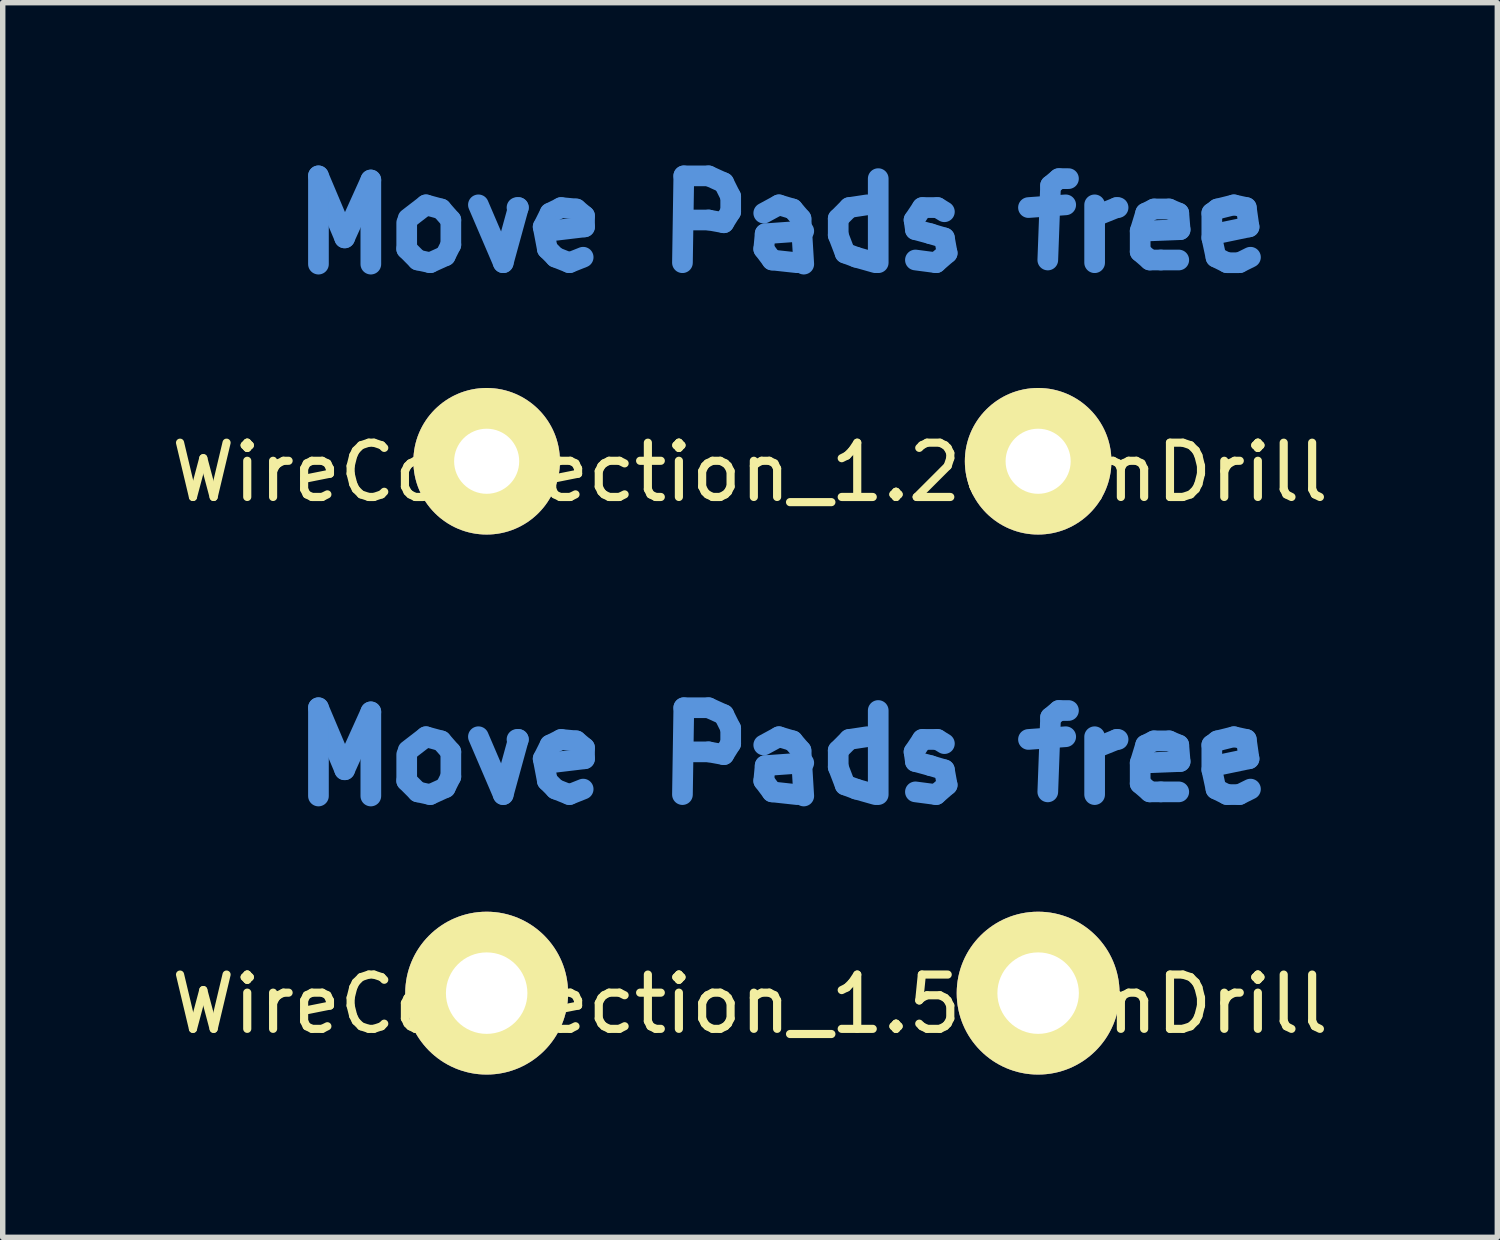
<source format=kicad_pcb>
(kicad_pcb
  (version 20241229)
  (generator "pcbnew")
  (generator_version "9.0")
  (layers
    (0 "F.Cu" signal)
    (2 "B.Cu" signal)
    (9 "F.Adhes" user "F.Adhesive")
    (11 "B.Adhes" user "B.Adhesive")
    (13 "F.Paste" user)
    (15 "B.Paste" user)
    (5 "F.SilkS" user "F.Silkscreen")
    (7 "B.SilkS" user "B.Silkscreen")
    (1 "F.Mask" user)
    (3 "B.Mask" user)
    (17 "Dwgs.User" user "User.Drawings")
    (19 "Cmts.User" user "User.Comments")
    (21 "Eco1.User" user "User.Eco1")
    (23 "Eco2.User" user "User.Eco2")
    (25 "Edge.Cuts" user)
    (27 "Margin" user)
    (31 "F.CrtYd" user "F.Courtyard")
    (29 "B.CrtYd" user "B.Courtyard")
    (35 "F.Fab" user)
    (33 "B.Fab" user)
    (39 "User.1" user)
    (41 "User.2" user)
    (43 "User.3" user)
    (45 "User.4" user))
  (footprint "WireConnection_1.50mmDrill"
    (layer "F.Cu")
    (at 5.916 15.247)
    (property "Reference" "WireConnection_1.50mmDrill" (at 4.851 0.203 0) (layer "F.SilkS") (effects (font (size 1 1) (thickness 0.15))))
    (attr through_hole)
    (fp_line (start -3.099 -5.258) (end -2.616 -4.115) (stroke (width 0.381) (type solid)) (layer "Cmts.User"))
    (fp_line (start -3.099 -3.632) (end -3.099 -5.258) (stroke (width 0.381) (type solid)) (layer "Cmts.User"))
    (fp_line (start -2.616 -4.115) (end -2.134 -5.182) (stroke (width 0.381) (type solid)) (layer "Cmts.User"))
    (fp_line (start -2.134 -5.182) (end -2.134 -3.632) (stroke (width 0.381) (type solid)) (layer "Cmts.User"))
    (fp_line (start -1.473 -4.394) (end -1.473 -3.912) (stroke (width 0.381) (type solid)) (layer "Cmts.User"))
    (fp_line (start -1.473 -3.912) (end -1.27 -3.708) (stroke (width 0.381) (type solid)) (layer "Cmts.User"))
    (fp_line (start -1.27 -3.708) (end -1.041 -3.658) (stroke (width 0.381) (type solid)) (layer "Cmts.User"))
    (fp_line (start -1.118 -4.724) (end -1.448 -4.47) (stroke (width 0.381) (type solid)) (layer "Cmts.User"))
    (fp_line (start -1.041 -3.658) (end -0.762 -3.785) (stroke (width 0.381) (type solid)) (layer "Cmts.User"))
    (fp_line (start -0.838 -4.648) (end -1.118 -4.724) (stroke (width 0.381) (type solid)) (layer "Cmts.User"))
    (fp_line (start -0.762 -3.785) (end -0.66 -3.988) (stroke (width 0.381) (type solid)) (layer "Cmts.User"))
    (fp_line (start -0.66 -4.445) (end -0.838 -4.648) (stroke (width 0.381) (type solid)) (layer "Cmts.User"))
    (fp_line (start -0.66 -3.988) (end -0.66 -4.445) (stroke (width 0.381) (type solid)) (layer "Cmts.User"))
    (fp_line (start -0.152 -4.724) (end 0.305 -3.658) (stroke (width 0.381) (type solid)) (layer "Cmts.User"))
    (fp_line (start 0.305 -3.658) (end 0.584 -4.674) (stroke (width 0.381) (type solid)) (layer "Cmts.User"))
    (fp_line (start 0.584 -4.674) (end 0.559 -4.674) (stroke (width 0.381) (type solid)) (layer "Cmts.User"))
    (fp_line (start 1.041 -4.318) (end 1.168 -4.572) (stroke (width 0.381) (type solid)) (layer "Cmts.User"))
    (fp_line (start 1.118 -3.912) (end 1.041 -4.318) (stroke (width 0.381) (type solid)) (layer "Cmts.User"))
    (fp_line (start 1.168 -4.572) (end 1.372 -4.674) (stroke (width 0.381) (type solid)) (layer "Cmts.User"))
    (fp_line (start 1.27 -3.759) (end 1.118 -3.912) (stroke (width 0.381) (type solid)) (layer "Cmts.User"))
    (fp_line (start 1.372 -4.674) (end 1.651 -4.648) (stroke (width 0.381) (type solid)) (layer "Cmts.User"))
    (fp_line (start 1.524 -3.658) (end 1.27 -3.759) (stroke (width 0.381) (type solid)) (layer "Cmts.User"))
    (fp_line (start 1.651 -4.648) (end 1.803 -4.521) (stroke (width 0.381) (type solid)) (layer "Cmts.User"))
    (fp_line (start 1.778 -3.759) (end 1.524 -3.658) (stroke (width 0.381) (type solid)) (layer "Cmts.User"))
    (fp_line (start 1.803 -4.521) (end 1.803 -4.318) (stroke (width 0.381) (type solid)) (layer "Cmts.User"))
    (fp_line (start 1.803 -4.318) (end 1.168 -4.242) (stroke (width 0.381) (type solid)) (layer "Cmts.User"))
    (fp_line (start 3.607 -3.658) (end 3.632 -5.258) (stroke (width 0.381) (type solid)) (layer "Cmts.User"))
    (fp_line (start 3.632 -5.258) (end 4.089 -5.258) (stroke (width 0.381) (type solid)) (layer "Cmts.User"))
    (fp_line (start 4.089 -5.258) (end 4.369 -5.131) (stroke (width 0.381) (type solid)) (layer "Cmts.User"))
    (fp_line (start 4.089 -4.445) (end 3.632 -4.445) (stroke (width 0.381) (type solid)) (layer "Cmts.User"))
    (fp_line (start 4.369 -5.131) (end 4.496 -4.877) (stroke (width 0.381) (type solid)) (layer "Cmts.User"))
    (fp_line (start 4.369 -4.394) (end 4.089 -4.445) (stroke (width 0.381) (type solid)) (layer "Cmts.User"))
    (fp_line (start 4.496 -4.877) (end 4.496 -4.597) (stroke (width 0.381) (type solid)) (layer "Cmts.User"))
    (fp_line (start 4.496 -4.597) (end 4.369 -4.394) (stroke (width 0.381) (type solid)) (layer "Cmts.User"))
    (fp_line (start 5.105 -4.572) (end 5.385 -4.724) (stroke (width 0.381) (type solid)) (layer "Cmts.User"))
    (fp_line (start 5.105 -3.912) (end 5.131 -4.191) (stroke (width 0.381) (type solid)) (layer "Cmts.User"))
    (fp_line (start 5.131 -4.191) (end 5.842 -4.242) (stroke (width 0.381) (type solid)) (layer "Cmts.User"))
    (fp_line (start 5.258 -3.708) (end 5.105 -3.912) (stroke (width 0.381) (type solid)) (layer "Cmts.User"))
    (fp_line (start 5.385 -4.724) (end 5.639 -4.648) (stroke (width 0.381) (type solid)) (layer "Cmts.User"))
    (fp_line (start 5.639 -4.648) (end 5.791 -4.47) (stroke (width 0.381) (type solid)) (layer "Cmts.User"))
    (fp_line (start 5.715 -3.658) (end 5.258 -3.708) (stroke (width 0.381) (type solid)) (layer "Cmts.User"))
    (fp_line (start 5.791 -4.47) (end 5.842 -3.632) (stroke (width 0.381) (type solid)) (layer "Cmts.User"))
    (fp_line (start 6.477 -4.47) (end 6.68 -4.674) (stroke (width 0.381) (type solid)) (layer "Cmts.User"))
    (fp_line (start 6.477 -4.166) (end 6.477 -4.47) (stroke (width 0.381) (type solid)) (layer "Cmts.User"))
    (fp_line (start 6.604 -3.835) (end 6.477 -4.166) (stroke (width 0.381) (type solid)) (layer "Cmts.User"))
    (fp_line (start 6.68 -4.674) (end 7.01 -4.724) (stroke (width 0.381) (type solid)) (layer "Cmts.User"))
    (fp_line (start 6.807 -3.759) (end 6.604 -3.835) (stroke (width 0.381) (type solid)) (layer "Cmts.User"))
    (fp_line (start 7.163 -3.658) (end 6.807 -3.759) (stroke (width 0.381) (type solid)) (layer "Cmts.User"))
    (fp_line (start 7.214 -5.207) (end 7.214 -3.658) (stroke (width 0.381) (type solid)) (layer "Cmts.User"))
    (fp_line (start 7.874 -4.445) (end 7.899 -4.267) (stroke (width 0.381) (type solid)) (layer "Cmts.User"))
    (fp_line (start 7.899 -4.267) (end 8.179 -4.191) (stroke (width 0.381) (type solid)) (layer "Cmts.User"))
    (fp_line (start 8.026 -4.674) (end 7.874 -4.445) (stroke (width 0.381) (type solid)) (layer "Cmts.User"))
    (fp_line (start 8.179 -4.191) (end 8.433 -4.115) (stroke (width 0.381) (type solid)) (layer "Cmts.User"))
    (fp_line (start 8.28 -3.658) (end 7.899 -3.708) (stroke (width 0.381) (type solid)) (layer "Cmts.User"))
    (fp_line (start 8.306 -4.674) (end 8.026 -4.674) (stroke (width 0.381) (type solid)) (layer "Cmts.User"))
    (fp_line (start 8.433 -4.597) (end 8.306 -4.674) (stroke (width 0.381) (type solid)) (layer "Cmts.User"))
    (fp_line (start 8.433 -4.115) (end 8.484 -3.835) (stroke (width 0.381) (type solid)) (layer "Cmts.User"))
    (fp_line (start 8.484 -3.835) (end 8.28 -3.658) (stroke (width 0.381) (type solid)) (layer "Cmts.User"))
    (fp_line (start 9.982 -4.674) (end 10.668 -4.724) (stroke (width 0.381) (type solid)) (layer "Cmts.User"))
    (fp_line (start 10.389 -5.08) (end 10.338 -3.708) (stroke (width 0.381) (type solid)) (layer "Cmts.User"))
    (fp_line (start 10.541 -5.207) (end 10.389 -5.08) (stroke (width 0.381) (type solid)) (layer "Cmts.User"))
    (fp_line (start 10.719 -5.207) (end 10.541 -5.207) (stroke (width 0.381) (type solid)) (layer "Cmts.User"))
    (fp_line (start 11.201 -4.724) (end 11.201 -3.658) (stroke (width 0.381) (type solid)) (layer "Cmts.User"))
    (fp_line (start 11.227 -4.521) (end 11.608 -4.674) (stroke (width 0.381) (type solid)) (layer "Cmts.User"))
    (fp_line (start 11.608 -4.674) (end 11.633 -4.674) (stroke (width 0.381) (type solid)) (layer "Cmts.User"))
    (fp_line (start 12.04 -4.242) (end 12.141 -4.572) (stroke (width 0.381) (type solid)) (layer "Cmts.User"))
    (fp_line (start 12.04 -3.861) (end 12.04 -4.242) (stroke (width 0.381) (type solid)) (layer "Cmts.User"))
    (fp_line (start 12.141 -4.572) (end 12.294 -4.648) (stroke (width 0.381) (type solid)) (layer "Cmts.User"))
    (fp_line (start 12.217 -3.708) (end 12.04 -3.861) (stroke (width 0.381) (type solid)) (layer "Cmts.User"))
    (fp_line (start 12.294 -4.648) (end 12.573 -4.648) (stroke (width 0.381) (type solid)) (layer "Cmts.User"))
    (fp_line (start 12.421 -3.708) (end 12.217 -3.708) (stroke (width 0.381) (type solid)) (layer "Cmts.User"))
    (fp_line (start 12.573 -4.648) (end 12.751 -4.572) (stroke (width 0.381) (type solid)) (layer "Cmts.User"))
    (fp_line (start 12.751 -4.572) (end 12.776 -4.267) (stroke (width 0.381) (type solid)) (layer "Cmts.User"))
    (fp_line (start 12.751 -3.708) (end 12.421 -3.708) (stroke (width 0.381) (type solid)) (layer "Cmts.User"))
    (fp_line (start 12.776 -4.267) (end 12.141 -4.242) (stroke (width 0.381) (type solid)) (layer "Cmts.User"))
    (fp_line (start 13.36 -4.572) (end 13.462 -4.648) (stroke (width 0.381) (type solid)) (layer "Cmts.User"))
    (fp_line (start 13.36 -4.115) (end 13.36 -4.572) (stroke (width 0.381) (type solid)) (layer "Cmts.User"))
    (fp_line (start 13.437 -4.191) (end 13.437 -4.242) (stroke (width 0.381) (type solid)) (layer "Cmts.User"))
    (fp_line (start 13.437 -3.759) (end 13.36 -4.115) (stroke (width 0.381) (type solid)) (layer "Cmts.User"))
    (fp_line (start 13.462 -4.648) (end 13.767 -4.724) (stroke (width 0.381) (type solid)) (layer "Cmts.User"))
    (fp_line (start 13.64 -3.658) (end 13.437 -3.759) (stroke (width 0.381) (type solid)) (layer "Cmts.User"))
    (fp_line (start 13.767 -4.724) (end 13.995 -4.674) (stroke (width 0.381) (type solid)) (layer "Cmts.User"))
    (fp_line (start 13.868 -3.658) (end 13.64 -3.658) (stroke (width 0.381) (type solid)) (layer "Cmts.User"))
    (fp_line (start 13.995 -4.674) (end 14.046 -4.318) (stroke (width 0.381) (type solid)) (layer "Cmts.User"))
    (fp_line (start 14.046 -4.318) (end 13.437 -4.191) (stroke (width 0.381) (type solid)) (layer "Cmts.User"))
    (fp_line (start 14.072 -3.759) (end 13.868 -3.658) (stroke (width 0.381) (type solid)) (layer "Cmts.User"))
    (pad "1" thru_hole circle (at 0 0) (size 3 3) (drill 1.501) (layers "*.Cu" "*.Mask" "F.SilkS"))
    (pad "2" thru_hole circle (at 10.16 0) (size 3 3) (drill 1.501) (layers "*.Cu" "*.Mask" "F.SilkS")))
  (footprint "WireConnection_1.20mmDrill"
    (layer "F.Cu")
    (at 5.916 5.448)
    (property "Reference" "WireConnection_1.20mmDrill" (at 4.851 0.203 0) (layer "F.SilkS") (effects (font (size 1 1) (thickness 0.15))))
    (attr through_hole)
    (fp_line (start -3.099 -5.258) (end -2.616 -4.115) (stroke (width 0.381) (type solid)) (layer "Cmts.User"))
    (fp_line (start -3.099 -3.632) (end -3.099 -5.258) (stroke (width 0.381) (type solid)) (layer "Cmts.User"))
    (fp_line (start -2.616 -4.115) (end -2.134 -5.182) (stroke (width 0.381) (type solid)) (layer "Cmts.User"))
    (fp_line (start -2.134 -5.182) (end -2.134 -3.632) (stroke (width 0.381) (type solid)) (layer "Cmts.User"))
    (fp_line (start -1.473 -4.394) (end -1.473 -3.912) (stroke (width 0.381) (type solid)) (layer "Cmts.User"))
    (fp_line (start -1.473 -3.912) (end -1.27 -3.708) (stroke (width 0.381) (type solid)) (layer "Cmts.User"))
    (fp_line (start -1.27 -3.708) (end -1.041 -3.658) (stroke (width 0.381) (type solid)) (layer "Cmts.User"))
    (fp_line (start -1.118 -4.724) (end -1.448 -4.47) (stroke (width 0.381) (type solid)) (layer "Cmts.User"))
    (fp_line (start -1.041 -3.658) (end -0.762 -3.785) (stroke (width 0.381) (type solid)) (layer "Cmts.User"))
    (fp_line (start -0.838 -4.648) (end -1.118 -4.724) (stroke (width 0.381) (type solid)) (layer "Cmts.User"))
    (fp_line (start -0.762 -3.785) (end -0.66 -3.988) (stroke (width 0.381) (type solid)) (layer "Cmts.User"))
    (fp_line (start -0.66 -4.445) (end -0.838 -4.648) (stroke (width 0.381) (type solid)) (layer "Cmts.User"))
    (fp_line (start -0.66 -3.988) (end -0.66 -4.445) (stroke (width 0.381) (type solid)) (layer "Cmts.User"))
    (fp_line (start -0.152 -4.724) (end 0.305 -3.658) (stroke (width 0.381) (type solid)) (layer "Cmts.User"))
    (fp_line (start 0.305 -3.658) (end 0.584 -4.674) (stroke (width 0.381) (type solid)) (layer "Cmts.User"))
    (fp_line (start 0.584 -4.674) (end 0.559 -4.674) (stroke (width 0.381) (type solid)) (layer "Cmts.User"))
    (fp_line (start 1.041 -4.318) (end 1.168 -4.572) (stroke (width 0.381) (type solid)) (layer "Cmts.User"))
    (fp_line (start 1.118 -3.912) (end 1.041 -4.318) (stroke (width 0.381) (type solid)) (layer "Cmts.User"))
    (fp_line (start 1.168 -4.572) (end 1.372 -4.674) (stroke (width 0.381) (type solid)) (layer "Cmts.User"))
    (fp_line (start 1.27 -3.759) (end 1.118 -3.912) (stroke (width 0.381) (type solid)) (layer "Cmts.User"))
    (fp_line (start 1.372 -4.674) (end 1.651 -4.648) (stroke (width 0.381) (type solid)) (layer "Cmts.User"))
    (fp_line (start 1.524 -3.658) (end 1.27 -3.759) (stroke (width 0.381) (type solid)) (layer "Cmts.User"))
    (fp_line (start 1.651 -4.648) (end 1.803 -4.521) (stroke (width 0.381) (type solid)) (layer "Cmts.User"))
    (fp_line (start 1.778 -3.759) (end 1.524 -3.658) (stroke (width 0.381) (type solid)) (layer "Cmts.User"))
    (fp_line (start 1.803 -4.521) (end 1.803 -4.318) (stroke (width 0.381) (type solid)) (layer "Cmts.User"))
    (fp_line (start 1.803 -4.318) (end 1.168 -4.242) (stroke (width 0.381) (type solid)) (layer "Cmts.User"))
    (fp_line (start 3.607 -3.658) (end 3.632 -5.258) (stroke (width 0.381) (type solid)) (layer "Cmts.User"))
    (fp_line (start 3.632 -5.258) (end 4.089 -5.258) (stroke (width 0.381) (type solid)) (layer "Cmts.User"))
    (fp_line (start 4.089 -5.258) (end 4.369 -5.131) (stroke (width 0.381) (type solid)) (layer "Cmts.User"))
    (fp_line (start 4.089 -4.445) (end 3.632 -4.445) (stroke (width 0.381) (type solid)) (layer "Cmts.User"))
    (fp_line (start 4.369 -5.131) (end 4.496 -4.877) (stroke (width 0.381) (type solid)) (layer "Cmts.User"))
    (fp_line (start 4.369 -4.394) (end 4.089 -4.445) (stroke (width 0.381) (type solid)) (layer "Cmts.User"))
    (fp_line (start 4.496 -4.877) (end 4.496 -4.597) (stroke (width 0.381) (type solid)) (layer "Cmts.User"))
    (fp_line (start 4.496 -4.597) (end 4.369 -4.394) (stroke (width 0.381) (type solid)) (layer "Cmts.User"))
    (fp_line (start 5.105 -4.572) (end 5.385 -4.724) (stroke (width 0.381) (type solid)) (layer "Cmts.User"))
    (fp_line (start 5.105 -3.912) (end 5.131 -4.191) (stroke (width 0.381) (type solid)) (layer "Cmts.User"))
    (fp_line (start 5.131 -4.191) (end 5.842 -4.242) (stroke (width 0.381) (type solid)) (layer "Cmts.User"))
    (fp_line (start 5.258 -3.708) (end 5.105 -3.912) (stroke (width 0.381) (type solid)) (layer "Cmts.User"))
    (fp_line (start 5.385 -4.724) (end 5.639 -4.648) (stroke (width 0.381) (type solid)) (layer "Cmts.User"))
    (fp_line (start 5.639 -4.648) (end 5.791 -4.47) (stroke (width 0.381) (type solid)) (layer "Cmts.User"))
    (fp_line (start 5.715 -3.658) (end 5.258 -3.708) (stroke (width 0.381) (type solid)) (layer "Cmts.User"))
    (fp_line (start 5.791 -4.47) (end 5.842 -3.632) (stroke (width 0.381) (type solid)) (layer "Cmts.User"))
    (fp_line (start 6.477 -4.47) (end 6.68 -4.674) (stroke (width 0.381) (type solid)) (layer "Cmts.User"))
    (fp_line (start 6.477 -4.166) (end 6.477 -4.47) (stroke (width 0.381) (type solid)) (layer "Cmts.User"))
    (fp_line (start 6.604 -3.835) (end 6.477 -4.166) (stroke (width 0.381) (type solid)) (layer "Cmts.User"))
    (fp_line (start 6.68 -4.674) (end 7.01 -4.724) (stroke (width 0.381) (type solid)) (layer "Cmts.User"))
    (fp_line (start 6.807 -3.759) (end 6.604 -3.835) (stroke (width 0.381) (type solid)) (layer "Cmts.User"))
    (fp_line (start 7.163 -3.658) (end 6.807 -3.759) (stroke (width 0.381) (type solid)) (layer "Cmts.User"))
    (fp_line (start 7.214 -5.207) (end 7.214 -3.658) (stroke (width 0.381) (type solid)) (layer "Cmts.User"))
    (fp_line (start 7.874 -4.445) (end 7.899 -4.267) (stroke (width 0.381) (type solid)) (layer "Cmts.User"))
    (fp_line (start 7.899 -4.267) (end 8.179 -4.191) (stroke (width 0.381) (type solid)) (layer "Cmts.User"))
    (fp_line (start 8.026 -4.674) (end 7.874 -4.445) (stroke (width 0.381) (type solid)) (layer "Cmts.User"))
    (fp_line (start 8.179 -4.191) (end 8.433 -4.115) (stroke (width 0.381) (type solid)) (layer "Cmts.User"))
    (fp_line (start 8.28 -3.658) (end 7.899 -3.708) (stroke (width 0.381) (type solid)) (layer "Cmts.User"))
    (fp_line (start 8.306 -4.674) (end 8.026 -4.674) (stroke (width 0.381) (type solid)) (layer "Cmts.User"))
    (fp_line (start 8.433 -4.597) (end 8.306 -4.674) (stroke (width 0.381) (type solid)) (layer "Cmts.User"))
    (fp_line (start 8.433 -4.115) (end 8.484 -3.835) (stroke (width 0.381) (type solid)) (layer "Cmts.User"))
    (fp_line (start 8.484 -3.835) (end 8.28 -3.658) (stroke (width 0.381) (type solid)) (layer "Cmts.User"))
    (fp_line (start 9.982 -4.674) (end 10.668 -4.724) (stroke (width 0.381) (type solid)) (layer "Cmts.User"))
    (fp_line (start 10.389 -5.08) (end 10.338 -3.708) (stroke (width 0.381) (type solid)) (layer "Cmts.User"))
    (fp_line (start 10.541 -5.207) (end 10.389 -5.08) (stroke (width 0.381) (type solid)) (layer "Cmts.User"))
    (fp_line (start 10.719 -5.207) (end 10.541 -5.207) (stroke (width 0.381) (type solid)) (layer "Cmts.User"))
    (fp_line (start 11.201 -4.724) (end 11.201 -3.658) (stroke (width 0.381) (type solid)) (layer "Cmts.User"))
    (fp_line (start 11.227 -4.521) (end 11.608 -4.674) (stroke (width 0.381) (type solid)) (layer "Cmts.User"))
    (fp_line (start 11.608 -4.674) (end 11.633 -4.674) (stroke (width 0.381) (type solid)) (layer "Cmts.User"))
    (fp_line (start 12.04 -4.242) (end 12.141 -4.572) (stroke (width 0.381) (type solid)) (layer "Cmts.User"))
    (fp_line (start 12.04 -3.861) (end 12.04 -4.242) (stroke (width 0.381) (type solid)) (layer "Cmts.User"))
    (fp_line (start 12.141 -4.572) (end 12.294 -4.648) (stroke (width 0.381) (type solid)) (layer "Cmts.User"))
    (fp_line (start 12.217 -3.708) (end 12.04 -3.861) (stroke (width 0.381) (type solid)) (layer "Cmts.User"))
    (fp_line (start 12.294 -4.648) (end 12.573 -4.648) (stroke (width 0.381) (type solid)) (layer "Cmts.User"))
    (fp_line (start 12.421 -3.708) (end 12.217 -3.708) (stroke (width 0.381) (type solid)) (layer "Cmts.User"))
    (fp_line (start 12.573 -4.648) (end 12.751 -4.572) (stroke (width 0.381) (type solid)) (layer "Cmts.User"))
    (fp_line (start 12.751 -4.572) (end 12.776 -4.267) (stroke (width 0.381) (type solid)) (layer "Cmts.User"))
    (fp_line (start 12.751 -3.708) (end 12.421 -3.708) (stroke (width 0.381) (type solid)) (layer "Cmts.User"))
    (fp_line (start 12.776 -4.267) (end 12.141 -4.242) (stroke (width 0.381) (type solid)) (layer "Cmts.User"))
    (fp_line (start 13.36 -4.572) (end 13.462 -4.648) (stroke (width 0.381) (type solid)) (layer "Cmts.User"))
    (fp_line (start 13.36 -4.115) (end 13.36 -4.572) (stroke (width 0.381) (type solid)) (layer "Cmts.User"))
    (fp_line (start 13.437 -4.191) (end 13.437 -4.242) (stroke (width 0.381) (type solid)) (layer "Cmts.User"))
    (fp_line (start 13.437 -3.759) (end 13.36 -4.115) (stroke (width 0.381) (type solid)) (layer "Cmts.User"))
    (fp_line (start 13.462 -4.648) (end 13.767 -4.724) (stroke (width 0.381) (type solid)) (layer "Cmts.User"))
    (fp_line (start 13.64 -3.658) (end 13.437 -3.759) (stroke (width 0.381) (type solid)) (layer "Cmts.User"))
    (fp_line (start 13.767 -4.724) (end 13.995 -4.674) (stroke (width 0.381) (type solid)) (layer "Cmts.User"))
    (fp_line (start 13.868 -3.658) (end 13.64 -3.658) (stroke (width 0.381) (type solid)) (layer "Cmts.User"))
    (fp_line (start 13.995 -4.674) (end 14.046 -4.318) (stroke (width 0.381) (type solid)) (layer "Cmts.User"))
    (fp_line (start 14.046 -4.318) (end 13.437 -4.191) (stroke (width 0.381) (type solid)) (layer "Cmts.User"))
    (fp_line (start 14.072 -3.759) (end 13.868 -3.658) (stroke (width 0.381) (type solid)) (layer "Cmts.User"))
    (pad "1" thru_hole circle (at 0 0) (size 2.7 2.7) (drill 1.199) (layers "*.Cu" "*.Mask" "F.SilkS"))
    (pad "2" thru_hole circle (at 10.16 0) (size 2.7 2.7) (drill 1.199) (layers "*.Cu" "*.Mask" "F.SilkS")))
  (gr_rect
    (start -3 -3)
    (end 24.536 19.746)
    (stroke (width 0.1) (type default))
    (fill no)
    (layer "Edge.Cuts")))
</source>
